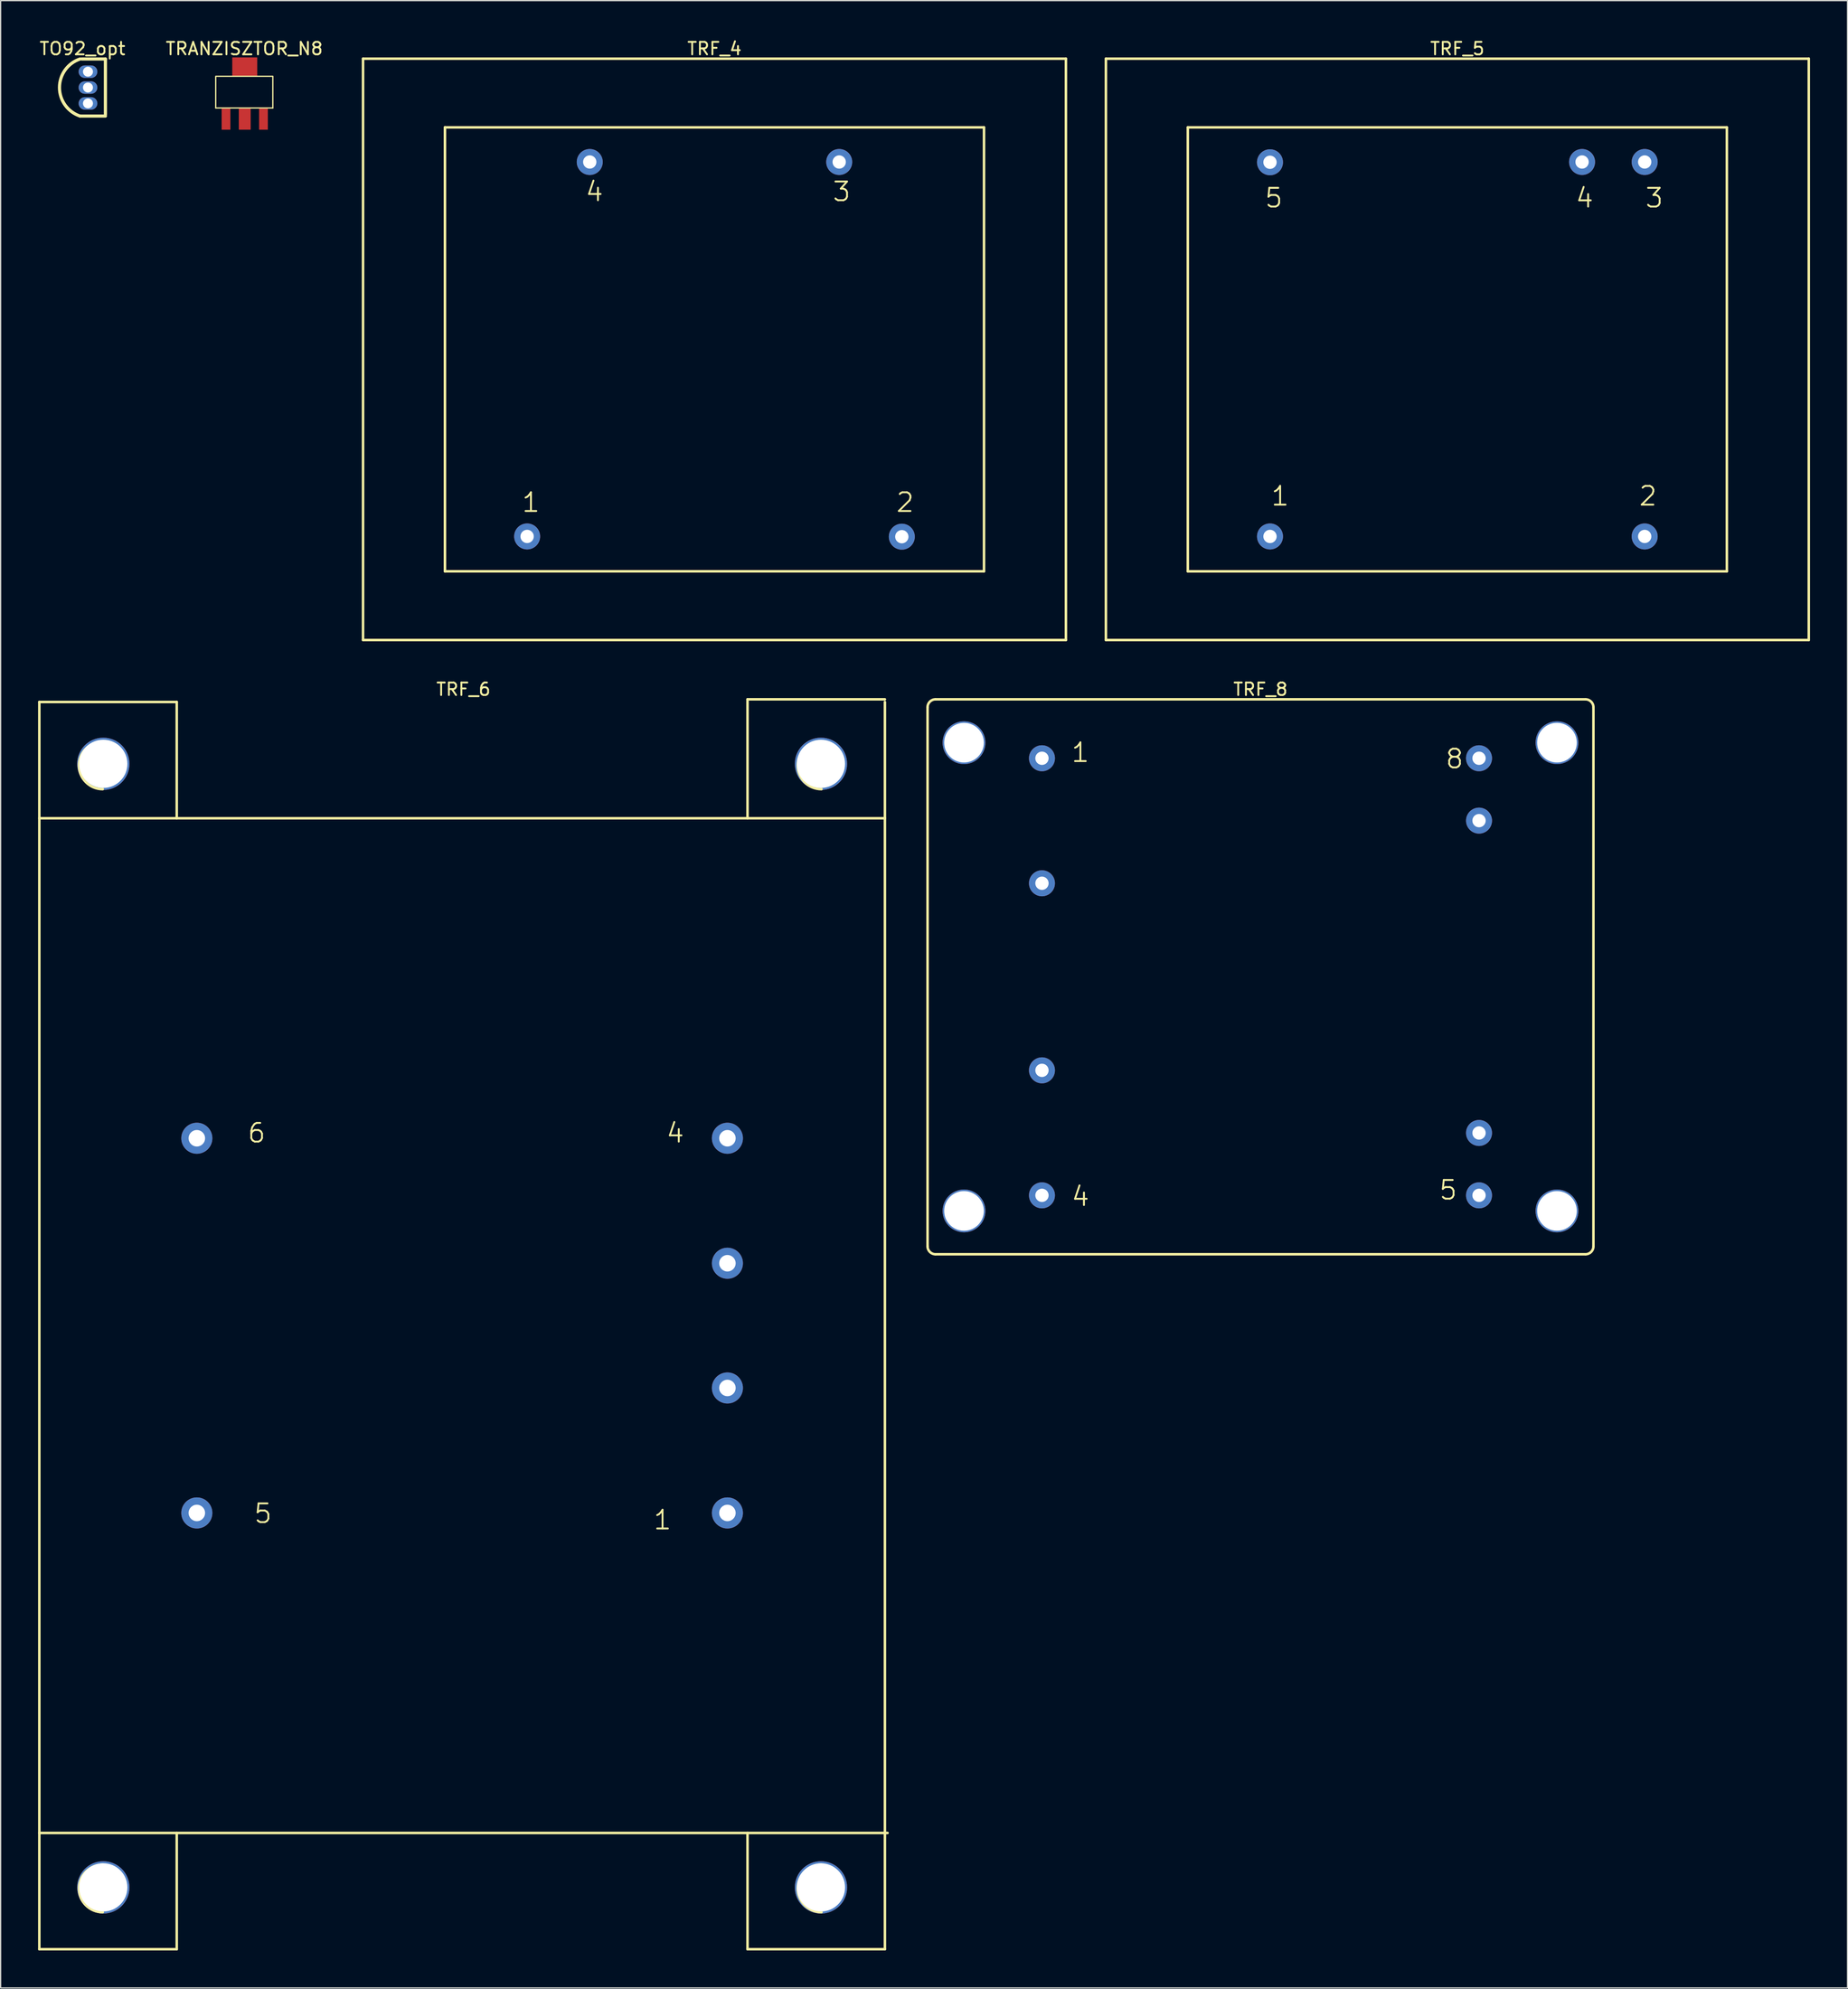
<source format=kicad_pcb>
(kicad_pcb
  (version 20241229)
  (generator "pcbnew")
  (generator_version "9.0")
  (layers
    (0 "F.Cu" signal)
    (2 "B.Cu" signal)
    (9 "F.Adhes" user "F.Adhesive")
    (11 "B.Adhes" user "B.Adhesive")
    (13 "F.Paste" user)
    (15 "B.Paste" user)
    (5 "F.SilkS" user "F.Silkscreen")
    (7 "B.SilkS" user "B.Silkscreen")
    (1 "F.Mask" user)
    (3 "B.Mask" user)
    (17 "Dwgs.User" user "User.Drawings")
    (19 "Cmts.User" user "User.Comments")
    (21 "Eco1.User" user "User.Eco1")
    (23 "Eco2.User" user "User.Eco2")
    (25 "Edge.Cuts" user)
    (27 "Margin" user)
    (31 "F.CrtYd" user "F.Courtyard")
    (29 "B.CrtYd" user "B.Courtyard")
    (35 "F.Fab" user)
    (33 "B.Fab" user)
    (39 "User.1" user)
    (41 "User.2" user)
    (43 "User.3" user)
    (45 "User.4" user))
  (footprint "TRANZISZTOR_N8"
    (layer "F.Cu")
    (at 16.554 4.33)
    (property "Reference" "TRANZISZTOR_N8" (at -0.036 -3.482 0) (layer "F.SilkS") (effects (font (size 1 1) (thickness 0.15))))
    (fp_line (start -2.322 -1.27) (end 2.25 -1.27) (stroke (width 0.1) (type solid)) (layer "F.SilkS"))
    (fp_line (start -2.322 1.27) (end -2.322 -1.23) (stroke (width 0.1) (type solid)) (layer "F.SilkS"))
    (fp_line (start -2.322 1.27) (end 2.25 1.27) (stroke (width 0.1) (type solid)) (layer "F.SilkS"))
    (fp_line (start 2.25 1.27) (end 2.25 -1.23) (stroke (width 0.1) (type solid)) (layer "F.SilkS"))
    (pad "1" smd rect (at 0 2.159) (size 0.95 1.7) (layers "F.Cu" "F.Mask" "F.Paste"))
    (pad "2" smd rect (at -1.5 2.159) (size 0.7 1.7) (layers "F.Cu" "F.Mask" "F.Paste"))
    (pad "3" smd rect (at 1.5 2.159) (size 0.7 1.7) (layers "F.Cu" "F.Mask" "F.Paste"))
    (pad "4" smd rect (at 0 -2.032) (size 2 1.5) (layers "F.Cu" "F.Mask" "F.Paste")))
  (footprint "TRF_6"
    (layer "F.Cu")
    (at 33.968 103.133)
    (property "Reference" "TRF_6" (at 0.106 -50.967 0) (layer "F.SilkS") (effects (font (size 1 1) (thickness 0.15))))
    (fp_line (start -33.867 -49.953) (end -22.86 -49.953) (stroke (width 0.203) (type solid)) (layer "F.SilkS"))
    (fp_line (start -33.867 -40.64) (end 33.867 -40.64) (stroke (width 0.203) (type solid)) (layer "F.SilkS"))
    (fp_line (start -33.867 40.64) (end 34.078 40.64) (stroke (width 0.203) (type solid)) (layer "F.SilkS"))
    (fp_line (start -33.867 49.953) (end -33.867 -49.953) (stroke (width 0.203) (type solid)) (layer "F.SilkS"))
    (fp_line (start -33.867 49.953) (end -22.86 49.953) (stroke (width 0.203) (type solid)) (layer "F.SilkS"))
    (fp_line (start -22.86 -40.64) (end -22.86 -49.953) (stroke (width 0.203) (type solid)) (layer "F.SilkS"))
    (fp_line (start -22.86 49.953) (end -22.86 40.64) (stroke (width 0.203) (type solid)) (layer "F.SilkS"))
    (fp_line (start 22.86 -50.165) (end 33.867 -50.165) (stroke (width 0.203) (type solid)) (layer "F.SilkS"))
    (fp_line (start 22.86 -40.64) (end 22.86 -50.165) (stroke (width 0.203) (type solid)) (layer "F.SilkS"))
    (fp_line (start 22.86 49.953) (end 22.86 40.64) (stroke (width 0.203) (type solid)) (layer "F.SilkS"))
    (fp_line (start 22.86 49.953) (end 33.867 49.953) (stroke (width 0.203) (type solid)) (layer "F.SilkS"))
    (fp_line (start 33.867 49.953) (end 33.867 -49.953) (stroke (width 0.203) (type solid)) (layer "F.SilkS"))
    (fp_arc (start -28.78666 -42.96832) (mid -30.69166 -44.87332) (end -28.78666 -46.77832) (stroke (width 0.2032) (type solid)) (layer "F.SilkS"))
    (fp_arc (start -28.78666 46.99) (mid -30.69166 45.085) (end -28.78666 43.18) (stroke (width 0.2032) (type solid)) (layer "F.SilkS"))
    (fp_arc (start 28.78666 -42.96832) (mid 26.88166 -44.87332) (end 28.78666 -46.77832) (stroke (width 0.2032) (type solid)) (layer "F.SilkS"))
    (fp_arc (start 28.78666 46.99) (mid 26.88166 45.085) (end 28.78666 43.18) (stroke (width 0.2032) (type solid)) (layer "F.SilkS"))
    (fp_text user "4" (at 16.256 -14.548 0) (unlocked yes) (layer "F.SilkS") (effects (font (size 1.5 1.5) (thickness 0.15)) (justify left bottom)))
    (fp_text user "6" (at -17.272 -14.548 0) (unlocked yes) (layer "F.SilkS") (effects (font (size 1.5 1.5) (thickness 0.15)) (justify left bottom)))
    (fp_text user "1" (at 15.24 16.44 0) (unlocked yes) (layer "F.SilkS") (effects (font (size 1.5 1.5) (thickness 0.15)) (justify left bottom)))
    (fp_text user "5" (at -16.764 15.932 0) (unlocked yes) (layer "F.SilkS") (effects (font (size 1.5 1.5) (thickness 0.15)) (justify left bottom)))
    (pad "1" thru_hole circle (at 21.251 15.007) (size 2.489 2.489) (drill 1.321) (layers "*.Cu" "*.Mask"))
    (pad "2" thru_hole circle (at 21.251 4.995) (size 2.489 2.489) (drill 1.321) (layers "*.Cu" "*.Mask"))
    (pad "3" thru_hole circle (at 21.251 -4.995) (size 2.489 2.489) (drill 1.321) (layers "*.Cu" "*.Mask"))
    (pad "4" thru_hole circle (at 21.251 -15.007) (size 2.489 2.489) (drill 1.321) (layers "*.Cu" "*.Mask"))
    (pad "5" thru_hole circle (at -21.251 15.007) (size 2.489 2.489) (drill 1.321) (layers "*.Cu" "*.Mask"))
    (pad "6" thru_hole circle (at -21.251 -15.007) (size 2.489 2.489) (drill 1.321) (layers "*.Cu" "*.Mask"))
    (pad "MH1" thru_hole circle (at -28.744 45) (size 4.191 4.191) (drill 3.861) (layers "*.Cu" "*.Mask"))
    (pad "MH2" thru_hole circle (at 28.744 45) (size 4.191 4.191) (drill 3.861) (layers "*.Cu" "*.Mask"))
    (pad "MH3" thru_hole circle (at 28.744 -45) (size 4.191 4.191) (drill 3.861) (layers "*.Cu" "*.Mask"))
    (pad "MH4" thru_hole circle (at -28.744 -45) (size 4.191 4.191) (drill 3.861) (layers "*.Cu" "*.Mask")))
  (footprint "TRF_4"
    (layer "F.Cu")
    (at 54.182 24.933)
    (property "Reference" "TRF_4" (at 0 -24.085 0) (layer "F.SilkS") (effects (font (size 1 1) (thickness 0.15))))
    (fp_line (start -28.152 -23.283) (end 28.152 -23.283) (stroke (width 0.203) (type solid)) (layer "F.SilkS"))
    (fp_line (start -28.152 23.283) (end -28.152 -23.283) (stroke (width 0.203) (type solid)) (layer "F.SilkS"))
    (fp_line (start -28.152 23.283) (end 28.152 23.283) (stroke (width 0.203) (type solid)) (layer "F.SilkS"))
    (fp_line (start -21.59 -17.78) (end 21.59 -17.78) (stroke (width 0.203) (type solid)) (layer "F.SilkS"))
    (fp_line (start -21.59 17.78) (end -21.59 -17.78) (stroke (width 0.203) (type solid)) (layer "F.SilkS"))
    (fp_line (start -21.59 17.78) (end 21.59 17.78) (stroke (width 0.203) (type solid)) (layer "F.SilkS"))
    (fp_line (start 21.59 17.78) (end 21.59 -17.78) (stroke (width 0.203) (type solid)) (layer "F.SilkS"))
    (fp_line (start 28.152 23.283) (end 28.152 -23.283) (stroke (width 0.203) (type solid)) (layer "F.SilkS"))
    (fp_text user "1" (at -15.515 13.138 0) (unlocked yes) (layer "F.SilkS") (effects (font (size 1.5 1.5) (thickness 0.15)) (justify left bottom)))
    (fp_text user "4" (at -10.435 -11.754 0) (unlocked yes) (layer "F.SilkS") (effects (font (size 1.5 1.5) (thickness 0.15)) (justify left bottom)))
    (fp_text user "3" (at 9.377 -11.754 0) (unlocked yes) (layer "F.SilkS") (effects (font (size 1.5 1.5) (thickness 0.15)) (justify left bottom)))
    (fp_text user "2" (at 14.457 13.138 0) (unlocked yes) (layer "F.SilkS") (effects (font (size 1.5 1.5) (thickness 0.15)) (justify left bottom)))
    (pad "1" thru_hole circle (at -15.007 14.986) (size 2.083 2.083) (drill 1.067) (layers "*.Cu" "*.Mask"))
    (pad "2" thru_hole circle (at 15.007 15.007) (size 2.083 2.083) (drill 1.067) (layers "*.Cu" "*.Mask"))
    (pad "3" thru_hole circle (at 9.991 -15.007) (size 2.083 2.083) (drill 1.067) (layers "*.Cu" "*.Mask"))
    (pad "4" thru_hole circle (at -9.991 -15.007) (size 2.083 2.083) (drill 1.067) (layers "*.Cu" "*.Mask")))
  (footprint "TO92_opt"
    (layer "F.Cu")
    (at 2.854 6.502)
    (property "Reference" "TO92_opt" (at 0.7 -5.654 0) (layer "F.SilkS") (effects (font (size 1 1) (thickness 0.15))))
    (fp_line (start 0.508 -0.254) (end 2.54 -0.254) (stroke (width 0.254) (type solid)) (layer "F.SilkS"))
    (fp_line (start 0.635 -4.826) (end 2.54 -4.826) (stroke (width 0.254) (type solid)) (layer "F.SilkS"))
    (fp_line (start 2.54 -0.381) (end 2.54 -4.826) (stroke (width 0.254) (type solid)) (layer "F.SilkS"))
    (fp_arc (start 0.507999 -0.254004) (mid -1.13989 -2.54033) (end 0.507999 -4.826656) (stroke (width 0.254) (type solid)) (layer "F.SilkS"))
    (pad "1" thru_hole oval (at 1.143 -1.27) (size 1.5 1) (drill 0.8) (layers "*.Cu" "*.Mask"))
    (pad "2" thru_hole oval (at 1.143 -2.54) (size 1.5 1) (drill 0.8) (layers "*.Cu" "*.Mask"))
    (pad "3" thru_hole oval (at 1.143 -3.81) (size 1.5 1) (drill 0.8) (layers "*.Cu" "*.Mask")))
  (footprint "TRF_8"
    (layer "F.Cu")
    (at 97.92 75.193)
    (property "Reference" "TRF_8" (at 0 -23.027 0) (layer "F.SilkS") (effects (font (size 1 1) (thickness 0.15))))
    (fp_line (start -26.67 21.59) (end -26.67 -21.59) (stroke (width 0.203) (type solid)) (layer "F.SilkS"))
    (fp_line (start -26.035 -22.225) (end 26.035 -22.225) (stroke (width 0.203) (type solid)) (layer "F.SilkS"))
    (fp_line (start -26.035 22.225) (end 26.035 22.225) (stroke (width 0.203) (type solid)) (layer "F.SilkS"))
    (fp_line (start 26.67 21.59) (end 26.67 -21.59) (stroke (width 0.203) (type solid)) (layer "F.SilkS"))
    (fp_arc (start -26.67 -21.59) (mid -26.484013 -22.039013) (end -26.035 -22.225) (stroke (width 0.2032) (type solid)) (layer "F.SilkS"))
    (fp_arc (start -26.035 22.225) (mid -26.484013 22.039013) (end -26.67 21.59) (stroke (width 0.2032) (type solid)) (layer "F.SilkS"))
    (fp_arc (start 26.035 -22.225) (mid 26.484013 -22.039013) (end 26.67 -21.59) (stroke (width 0.2032) (type solid)) (layer "F.SilkS"))
    (fp_arc (start 26.67 21.59) (mid 26.484013 22.039013) (end 26.035 22.225) (stroke (width 0.2032) (type solid)) (layer "F.SilkS"))
    (fp_text user "1" (at -15.24 -17.088 0) (unlocked yes) (layer "F.SilkS") (effects (font (size 1.5 1.5) (thickness 0.15)) (justify left bottom)))
    (fp_text user "4" (at -15.24 18.472 0) (unlocked yes) (layer "F.SilkS") (effects (font (size 1.5 1.5) (thickness 0.15)) (justify left bottom)))
    (fp_text user "5" (at 14.224 17.964 0) (unlocked yes) (layer "F.SilkS") (effects (font (size 1.5 1.5) (thickness 0.15)) (justify left bottom)))
    (fp_text user "8" (at 14.732 -16.58 0) (unlocked yes) (layer "F.SilkS") (effects (font (size 1.5 1.5) (thickness 0.15)) (justify left bottom)))
    (pad "1" thru_hole circle (at -17.505 -17.505) (size 2.083 2.083) (drill 1.067) (layers "*.Cu" "*.Mask"))
    (pad "2" thru_hole circle (at -17.505 -7.493) (size 2.083 2.083) (drill 1.067) (layers "*.Cu" "*.Mask"))
    (pad "3" thru_hole circle (at -17.505 7.493) (size 2.083 2.083) (drill 1.067) (layers "*.Cu" "*.Mask"))
    (pad "4" thru_hole circle (at -17.505 17.505) (size 2.083 2.083) (drill 1.067) (layers "*.Cu" "*.Mask"))
    (pad "5" thru_hole circle (at 17.505 17.505) (size 2.083 2.083) (drill 1.067) (layers "*.Cu" "*.Mask"))
    (pad "6" thru_hole circle (at 17.505 12.509) (size 2.083 2.083) (drill 1.067) (layers "*.Cu" "*.Mask"))
    (pad "7" thru_hole circle (at 17.505 -12.509) (size 2.083 2.083) (drill 1.067) (layers "*.Cu" "*.Mask"))
    (pad "8" thru_hole circle (at 17.505 -17.505) (size 2.083 2.083) (drill 1.067) (layers "*.Cu" "*.Mask"))
    (pad "MH1" thru_hole circle (at -23.749 -18.754) (size 3.429 3.429) (drill 3.175) (layers "*.Cu" "*.Mask"))
    (pad "MH2" thru_hole circle (at -23.749 18.754) (size 3.429 3.429) (drill 3.175) (layers "*.Cu" "*.Mask"))
    (pad "MH3" thru_hole circle (at 23.749 18.754) (size 3.429 3.429) (drill 3.175) (layers "*.Cu" "*.Mask"))
    (pad "MH4" thru_hole circle (at 23.749 -18.754) (size 3.429 3.429) (drill 3.175) (layers "*.Cu" "*.Mask")))
  (footprint "TRF_5"
    (layer "F.Cu")
    (at 113.688 24.923)
    (property "Reference" "TRF_5" (at 0 -24.074 0) (layer "F.SilkS") (effects (font (size 1 1) (thickness 0.15))))
    (fp_line (start -28.152 -23.273) (end 28.152 -23.273) (stroke (width 0.203) (type solid)) (layer "F.SilkS"))
    (fp_line (start -28.152 23.294) (end -28.152 -23.273) (stroke (width 0.203) (type solid)) (layer "F.SilkS"))
    (fp_line (start -28.152 23.294) (end 28.152 23.294) (stroke (width 0.203) (type solid)) (layer "F.SilkS"))
    (fp_line (start -21.59 -17.769) (end 21.59 -17.769) (stroke (width 0.203) (type solid)) (layer "F.SilkS"))
    (fp_line (start -21.59 17.791) (end -21.59 -17.769) (stroke (width 0.203) (type solid)) (layer "F.SilkS"))
    (fp_line (start -21.59 17.791) (end 21.59 17.791) (stroke (width 0.203) (type solid)) (layer "F.SilkS"))
    (fp_line (start 21.59 17.791) (end 21.59 -17.769) (stroke (width 0.203) (type solid)) (layer "F.SilkS"))
    (fp_line (start 28.152 23.294) (end 28.152 -23.273) (stroke (width 0.203) (type solid)) (layer "F.SilkS"))
    (fp_text user "2" (at 14.457 12.64 0) (unlocked yes) (layer "F.SilkS") (effects (font (size 1.5 1.5) (thickness 0.15)) (justify left bottom)))
    (fp_text user "4" (at 9.377 -11.236 0) (unlocked yes) (layer "F.SilkS") (effects (font (size 1.5 1.5) (thickness 0.15)) (justify left bottom)))
    (fp_text user "1" (at -15.007 12.64 0) (unlocked yes) (layer "F.SilkS") (effects (font (size 1.5 1.5) (thickness 0.15)) (justify left bottom)))
    (fp_text user "5" (at -15.515 -11.236 0) (unlocked yes) (layer "F.SilkS") (effects (font (size 1.5 1.5) (thickness 0.15)) (justify left bottom)))
    (fp_text user "3" (at 14.965 -11.236 0) (unlocked yes) (layer "F.SilkS") (effects (font (size 1.5 1.5) (thickness 0.15)) (justify left bottom)))
    (pad "1" thru_hole circle (at -15.007 14.997) (size 2.083 2.083) (drill 1.067) (layers "*.Cu" "*.Mask"))
    (pad "2" thru_hole circle (at 15.007 14.997) (size 2.083 2.083) (drill 1.067) (layers "*.Cu" "*.Mask"))
    (pad "3" thru_hole circle (at 15.007 -14.997) (size 2.083 2.083) (drill 1.067) (layers "*.Cu" "*.Mask"))
    (pad "4" thru_hole circle (at 9.991 -14.997) (size 2.083 2.083) (drill 1.067) (layers "*.Cu" "*.Mask"))
    (pad "5" thru_hole circle (at -15.007 -14.975) (size 2.083 2.083) (drill 1.067) (layers "*.Cu" "*.Mask")))
  (gr_rect
    (start -3 -3)
    (end 144.942 156.188)
    (stroke (width 0.1) (type default))
    (fill no)
    (layer "Edge.Cuts")))
</source>
